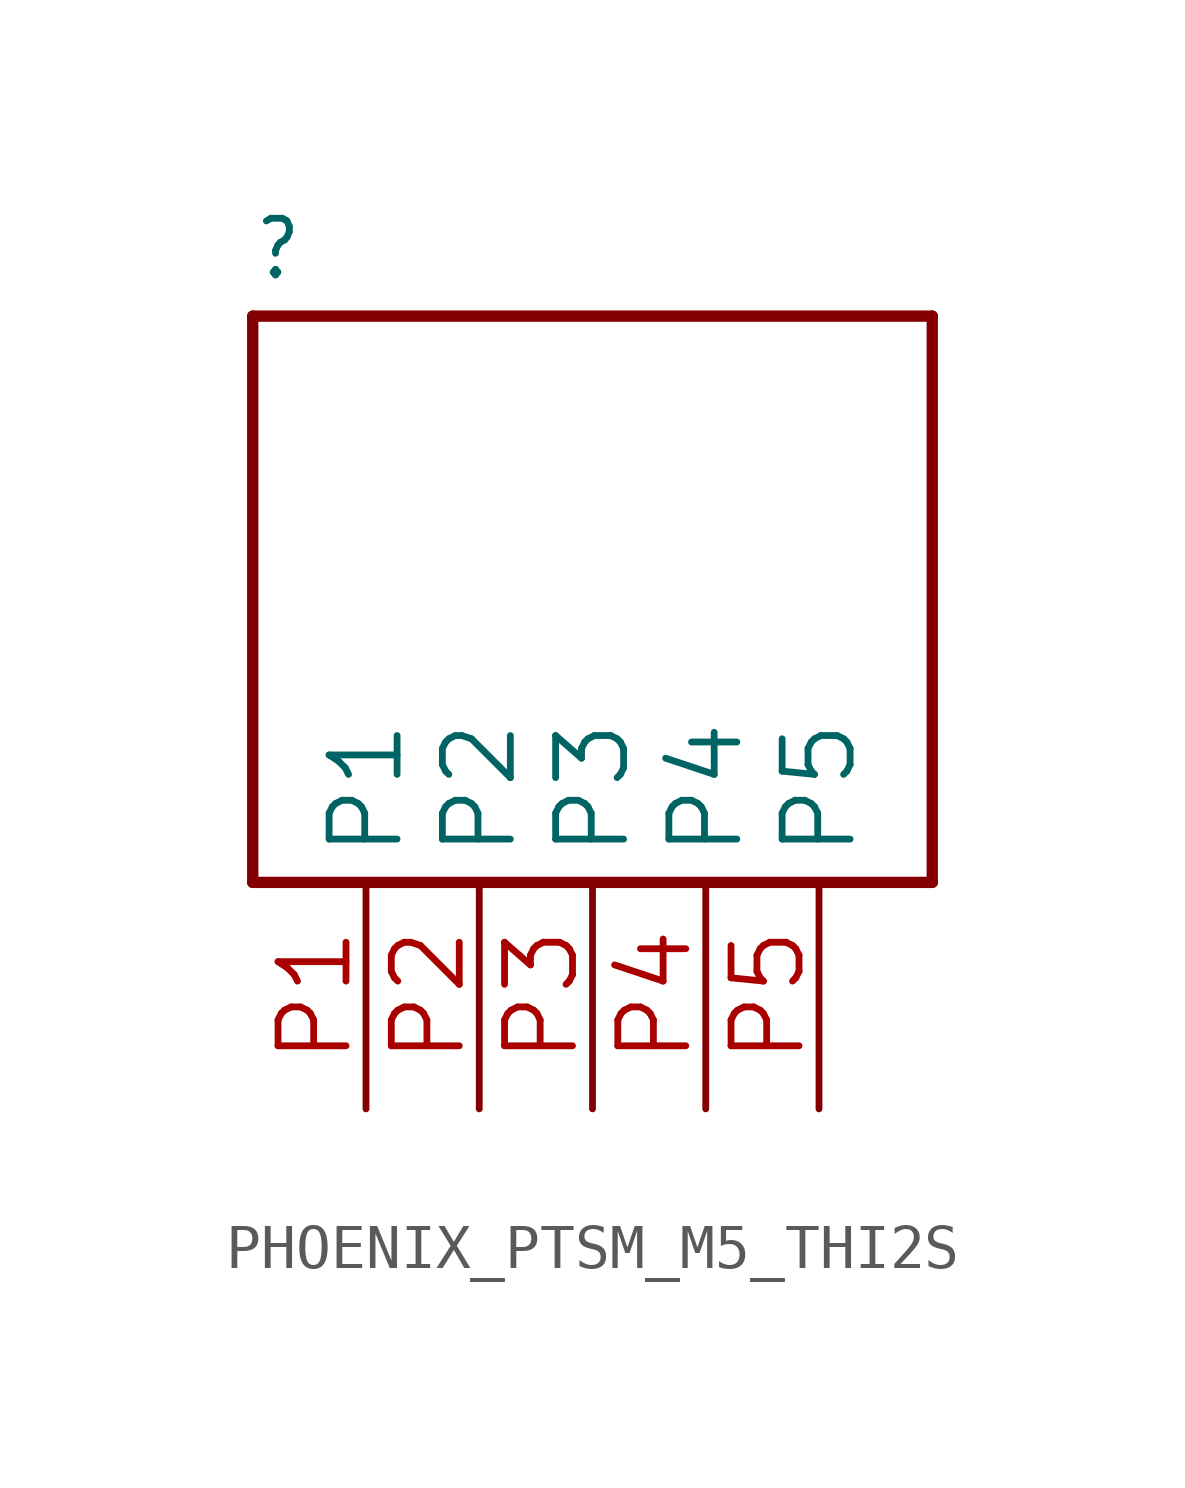
<source format=kicad_sym>
(kicad_symbol_lib
  (version 20241209)
  (generator "kicad_symbol_editor")
  (generator_version "9.0")
  (symbol "PHOENIX_PTSM_M5_THI2S"
    (property "Reference" ""
      (at -7.62 10.922 0)
      (effects (font (size 1.27 1.079)) (justify left bottom)))
    (property "ki_locked" ""
      (at 0 0 0)
      (effects (font (size 1.27 1.27))))
    (symbol "PHOENIX_PTSM_M5_THI2S_1_0"
      (polyline (pts (xy -7.62 10.16) (xy -7.62 -2.54)) (stroke (width 0.254) (type solid)) (fill (type none)))
      (polyline (pts (xy -7.62 -2.54) (xy 7.62 -2.54)) (stroke (width 0.254) (type solid)) (fill (type none)))
      (polyline (pts (xy 7.62 10.16) (xy -7.62 10.16)) (stroke (width 0.254) (type solid)) (fill (type none)))
      (polyline (pts (xy 7.62 -2.54) (xy 7.62 10.16)) (stroke (width 0.254) (type solid)) (fill (type none)))
      (pin power_in line (at -5.08 -7.62 90) (length 5.08) (name "P1" (effects (font (size 1.524 1.524)))) (number "P1" (effects (font (size 1.524 1.524)))))
      (pin power_in line (at -2.54 -7.62 90) (length 5.08) (name "P2" (effects (font (size 1.524 1.524)))) (number "P2" (effects (font (size 1.524 1.524)))))
      (pin power_in line (at 0 -7.62 90) (length 5.08) (name "P3" (effects (font (size 1.524 1.524)))) (number "P3" (effects (font (size 1.524 1.524)))))
      (pin bidirectional line (at 2.54 -7.62 90) (length 5.08) (name "P4" (effects (font (size 1.524 1.524)))) (number "P4" (effects (font (size 1.524 1.524)))))
      (pin bidirectional line (at 5.08 -7.62 90) (length 5.08) (name "P5" (effects (font (size 1.524 1.524)))) (number "P5" (effects (font (size 1.524 1.524))))))))
</source>
